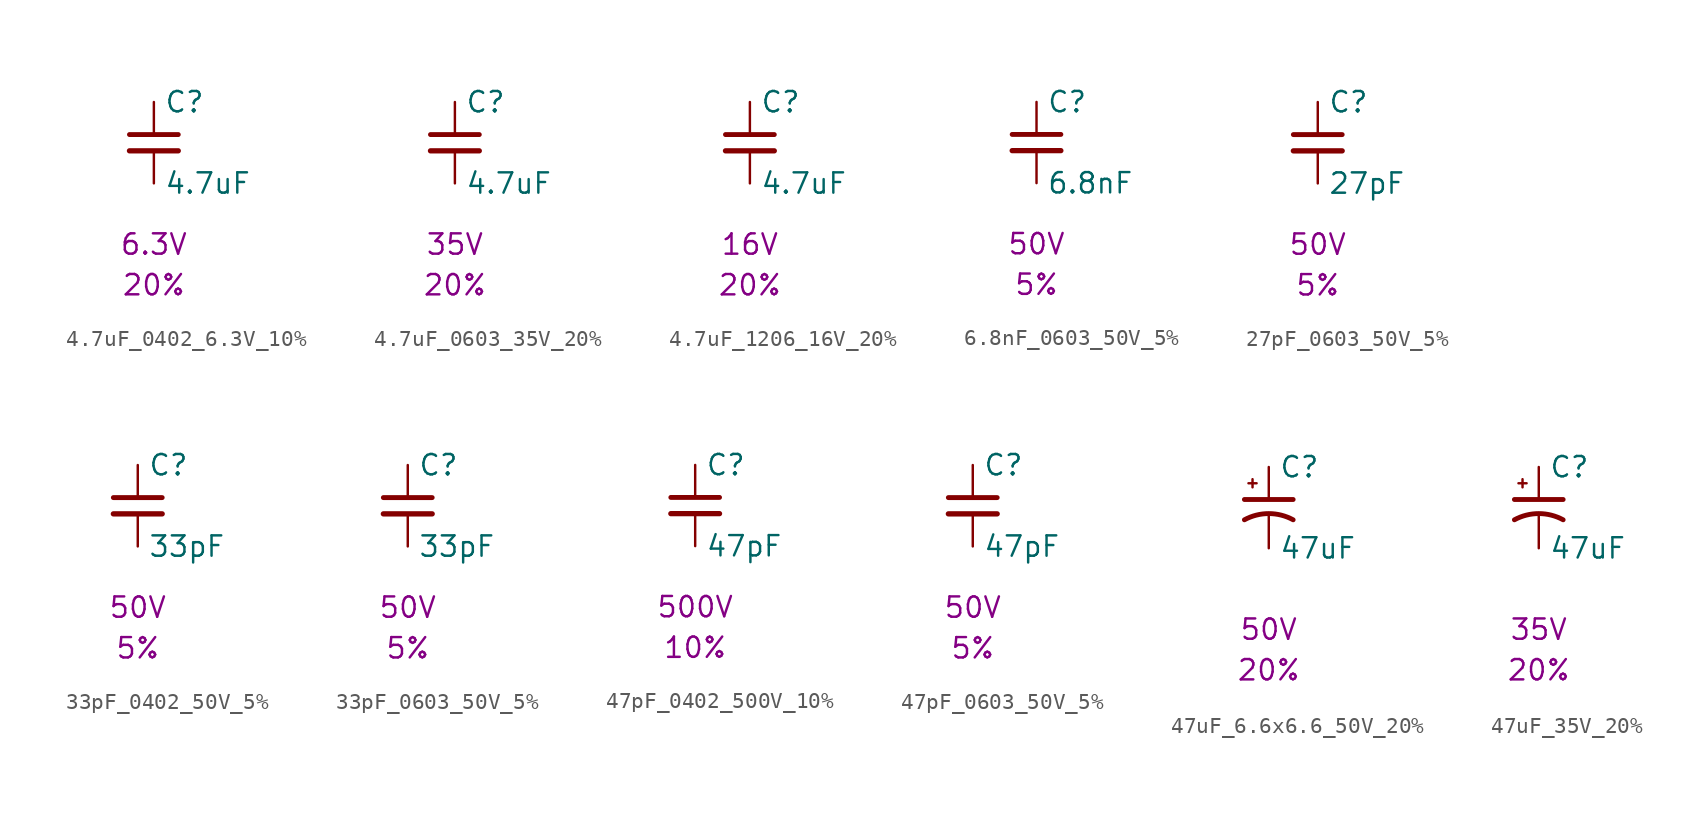
<source format=kicad_sym>
(kicad_symbol_lib
  (version 20241209)
  (generator "kicad_symbol_editor")
  (generator_version "9.0")
  (symbol "4.7uF_0402_6.3V_10%"
    (pin_numbers
      (hide yes))
    (pin_names
      (offset 0.254))
    (property "Reference" "C"
      (at 0.635 2.54 0)
      (effects (font (size 1.27 1.27)) (justify left)))
    (property "Value" "4.7uF"
      (at 0.635 -2.54 0)
      (effects (font (size 1.27 1.27)) (justify left)))
    (property "Voltage" "6.3V"
      (at 0 -6.35 0)
      (effects (font (size 1.27 1.27))))
    (property "Tolerance" "20%"
      (at 0 -8.89 0)
      (effects (font (size 1.27 1.27))))
    (symbol "4.7uF_0402_6.3V_10%_0_1"
      (polyline (pts (xy -1.524 0.508) (xy 1.524 0.508)) (stroke (width 0.305) (type default)) (fill (type none)))
      (polyline (pts (xy -1.524 -0.508) (xy 1.524 -0.508)) (stroke (width 0.33) (type default)) (fill (type none))))
    (symbol "4.7uF_0402_6.3V_10%_1_1"
      (pin passive line (at 0 2.54 270) (length 2.032) (name "~" (effects (font (size 1.27 1.27)))) (number "1" (effects (font (size 1.27 1.27)))))
      (pin passive line (at 0 -2.54 90) (length 2.032) (name "~" (effects (font (size 1.27 1.27)))) (number "2" (effects (font (size 1.27 1.27)))))))
  (symbol "4.7uF_0603_35V_20%"
    (pin_numbers
      (hide yes))
    (pin_names
      (offset 0.254))
    (property "Reference" "C"
      (at 0.635 2.54 0)
      (effects (font (size 1.27 1.27)) (justify left)))
    (property "Value" "4.7uF"
      (at 0.635 -2.54 0)
      (effects (font (size 1.27 1.27)) (justify left)))
    (property "Voltage" "35V"
      (at 0 -6.35 0)
      (effects (font (size 1.27 1.27))))
    (property "Tolerance" "20%"
      (at 0 -8.89 0)
      (effects (font (size 1.27 1.27))))
    (symbol "4.7uF_0603_35V_20%_0_1"
      (polyline (pts (xy -1.524 0.508) (xy 1.524 0.508)) (stroke (width 0.305) (type default)) (fill (type none)))
      (polyline (pts (xy -1.524 -0.508) (xy 1.524 -0.508)) (stroke (width 0.33) (type default)) (fill (type none))))
    (symbol "4.7uF_0603_35V_20%_1_1"
      (pin passive line (at 0 2.54 270) (length 2.032) (name "~" (effects (font (size 1.27 1.27)))) (number "1" (effects (font (size 1.27 1.27)))))
      (pin passive line (at 0 -2.54 90) (length 2.032) (name "~" (effects (font (size 1.27 1.27)))) (number "2" (effects (font (size 1.27 1.27)))))))
  (symbol "4.7uF_1206_16V_20%"
    (pin_numbers
      (hide yes))
    (pin_names
      (offset 0.254))
    (property "Reference" "C"
      (at 0.635 2.54 0)
      (effects (font (size 1.27 1.27)) (justify left)))
    (property "Value" "4.7uF"
      (at 0.635 -2.54 0)
      (effects (font (size 1.27 1.27)) (justify left)))
    (property "Voltage" "16V"
      (at 0 -6.35 0)
      (effects (font (size 1.27 1.27))))
    (property "Tolerance" "20%"
      (at 0 -8.89 0)
      (effects (font (size 1.27 1.27))))
    (symbol "4.7uF_1206_16V_20%_0_1"
      (polyline (pts (xy -1.524 0.508) (xy 1.524 0.508)) (stroke (width 0.305) (type default)) (fill (type none)))
      (polyline (pts (xy -1.524 -0.508) (xy 1.524 -0.508)) (stroke (width 0.33) (type default)) (fill (type none))))
    (symbol "4.7uF_1206_16V_20%_1_1"
      (pin passive line (at 0 2.54 270) (length 2.032) (name "~" (effects (font (size 1.27 1.27)))) (number "1" (effects (font (size 1.27 1.27)))))
      (pin passive line (at 0 -2.54 90) (length 2.032) (name "~" (effects (font (size 1.27 1.27)))) (number "2" (effects (font (size 1.27 1.27)))))))
  (symbol "6.8nF_0603_50V_5%"
    (pin_numbers
      (hide yes))
    (pin_names
      (offset 0.254))
    (property "Reference" "C"
      (at 0.635 2.54 0)
      (effects (font (size 1.27 1.27)) (justify left)))
    (property "Value" "6.8nF"
      (at 0.635 -2.54 0)
      (effects (font (size 1.27 1.27)) (justify left)))
    (property "Voltage" "50V"
      (at 0 -6.35 0)
      (effects (font (size 1.27 1.27))))
    (property "Tolerance" "5%"
      (at 0 -8.89 0)
      (effects (font (size 1.27 1.27))))
    (symbol "6.8nF_0603_50V_5%_0_1"
      (polyline (pts (xy -1.524 0.508) (xy 1.524 0.508)) (stroke (width 0.305) (type default)) (fill (type none)))
      (polyline (pts (xy -1.524 -0.508) (xy 1.524 -0.508)) (stroke (width 0.33) (type default)) (fill (type none))))
    (symbol "6.8nF_0603_50V_5%_1_1"
      (pin passive line (at 0 2.54 270) (length 2.032) (name "~" (effects (font (size 1.27 1.27)))) (number "1" (effects (font (size 1.27 1.27)))))
      (pin passive line (at 0 -2.54 90) (length 2.032) (name "~" (effects (font (size 1.27 1.27)))) (number "2" (effects (font (size 1.27 1.27)))))))
  (symbol "27pF_0603_50V_5%"
    (pin_numbers
      (hide yes))
    (pin_names
      (offset 0.254))
    (property "Reference" "C"
      (at 0.635 2.54 0)
      (effects (font (size 1.27 1.27)) (justify left)))
    (property "Value" "27pF"
      (at 0.635 -2.54 0)
      (effects (font (size 1.27 1.27)) (justify left)))
    (property "Voltage" "50V"
      (at 0 -6.35 0)
      (effects (font (size 1.27 1.27))))
    (property "Tolerance" "5%"
      (at 0 -8.89 0)
      (effects (font (size 1.27 1.27))))
    (symbol "27pF_0603_50V_5%_0_1"
      (polyline (pts (xy -1.524 0.508) (xy 1.524 0.508)) (stroke (width 0.305) (type default)) (fill (type none)))
      (polyline (pts (xy -1.524 -0.508) (xy 1.524 -0.508)) (stroke (width 0.33) (type default)) (fill (type none))))
    (symbol "27pF_0603_50V_5%_1_1"
      (pin passive line (at 0 2.54 270) (length 2.032) (name "~" (effects (font (size 1.27 1.27)))) (number "1" (effects (font (size 1.27 1.27)))))
      (pin passive line (at 0 -2.54 90) (length 2.032) (name "~" (effects (font (size 1.27 1.27)))) (number "2" (effects (font (size 1.27 1.27)))))))
  (symbol "33pF_0402_50V_5%"
    (pin_numbers
      (hide yes))
    (pin_names
      (offset 0.254))
    (property "Reference" "C"
      (at 0.635 2.54 0)
      (effects (font (size 1.27 1.27)) (justify left)))
    (property "Value" "33pF"
      (at 0.635 -2.54 0)
      (effects (font (size 1.27 1.27)) (justify left)))
    (property "Voltage" "50V"
      (at 0 -6.35 0)
      (effects (font (size 1.27 1.27))))
    (property "Tolerance" "5%"
      (at 0 -8.89 0)
      (effects (font (size 1.27 1.27))))
    (symbol "33pF_0402_50V_5%_0_1"
      (polyline (pts (xy -1.524 0.508) (xy 1.524 0.508)) (stroke (width 0.305) (type default)) (fill (type none)))
      (polyline (pts (xy -1.524 -0.508) (xy 1.524 -0.508)) (stroke (width 0.33) (type default)) (fill (type none))))
    (symbol "33pF_0402_50V_5%_1_1"
      (pin passive line (at 0 2.54 270) (length 2.032) (name "~" (effects (font (size 1.27 1.27)))) (number "1" (effects (font (size 1.27 1.27)))))
      (pin passive line (at 0 -2.54 90) (length 2.032) (name "~" (effects (font (size 1.27 1.27)))) (number "2" (effects (font (size 1.27 1.27)))))))
  (symbol "33pF_0603_50V_5%"
    (pin_numbers
      (hide yes))
    (pin_names
      (offset 0.254))
    (property "Reference" "C"
      (at 0.635 2.54 0)
      (effects (font (size 1.27 1.27)) (justify left)))
    (property "Value" "33pF"
      (at 0.635 -2.54 0)
      (effects (font (size 1.27 1.27)) (justify left)))
    (property "Voltage" "50V"
      (at 0 -6.35 0)
      (effects (font (size 1.27 1.27))))
    (property "Tolerance" "5%"
      (at 0 -8.89 0)
      (effects (font (size 1.27 1.27))))
    (symbol "33pF_0603_50V_5%_0_1"
      (polyline (pts (xy -1.524 0.508) (xy 1.524 0.508)) (stroke (width 0.305) (type default)) (fill (type none)))
      (polyline (pts (xy -1.524 -0.508) (xy 1.524 -0.508)) (stroke (width 0.33) (type default)) (fill (type none))))
    (symbol "33pF_0603_50V_5%_1_1"
      (pin passive line (at 0 2.54 270) (length 2.032) (name "~" (effects (font (size 1.27 1.27)))) (number "1" (effects (font (size 1.27 1.27)))))
      (pin passive line (at 0 -2.54 90) (length 2.032) (name "~" (effects (font (size 1.27 1.27)))) (number "2" (effects (font (size 1.27 1.27)))))))
  (symbol "47pF_0402_500V_10%"
    (pin_numbers
      (hide yes))
    (pin_names
      (offset 0.254))
    (property "Reference" "C"
      (at 0.635 2.54 0)
      (effects (font (size 1.27 1.27)) (justify left)))
    (property "Value" "47pF"
      (at 0.635 -2.54 0)
      (effects (font (size 1.27 1.27)) (justify left)))
    (property "Voltage" "500V"
      (at 0 -6.35 0)
      (effects (font (size 1.27 1.27))))
    (property "Tolerance" "10%"
      (at 0 -8.89 0)
      (effects (font (size 1.27 1.27))))
    (symbol "47pF_0402_500V_10%_0_1"
      (polyline (pts (xy -1.524 0.508) (xy 1.524 0.508)) (stroke (width 0.305) (type default)) (fill (type none)))
      (polyline (pts (xy -1.524 -0.508) (xy 1.524 -0.508)) (stroke (width 0.33) (type default)) (fill (type none))))
    (symbol "47pF_0402_500V_10%_1_1"
      (pin passive line (at 0 2.54 270) (length 2.032) (name "~" (effects (font (size 1.27 1.27)))) (number "1" (effects (font (size 1.27 1.27)))))
      (pin passive line (at 0 -2.54 90) (length 2.032) (name "~" (effects (font (size 1.27 1.27)))) (number "2" (effects (font (size 1.27 1.27)))))))
  (symbol "47pF_0603_50V_5%"
    (pin_numbers
      (hide yes))
    (pin_names
      (offset 0.254))
    (property "Reference" "C"
      (at 0.635 2.54 0)
      (effects (font (size 1.27 1.27)) (justify left)))
    (property "Value" "47pF"
      (at 0.635 -2.54 0)
      (effects (font (size 1.27 1.27)) (justify left)))
    (property "Voltage" "50V"
      (at 0 -6.35 0)
      (effects (font (size 1.27 1.27))))
    (property "Tolerance" "5%"
      (at 0 -8.89 0)
      (effects (font (size 1.27 1.27))))
    (symbol "47pF_0603_50V_5%_0_1"
      (polyline (pts (xy -1.524 0.508) (xy 1.524 0.508)) (stroke (width 0.305) (type default)) (fill (type none)))
      (polyline (pts (xy -1.524 -0.508) (xy 1.524 -0.508)) (stroke (width 0.33) (type default)) (fill (type none))))
    (symbol "47pF_0603_50V_5%_1_1"
      (pin passive line (at 0 2.54 270) (length 2.032) (name "~" (effects (font (size 1.27 1.27)))) (number "1" (effects (font (size 1.27 1.27)))))
      (pin passive line (at 0 -2.54 90) (length 2.032) (name "~" (effects (font (size 1.27 1.27)))) (number "2" (effects (font (size 1.27 1.27)))))))
  (symbol "47uF_6.6x6.6_50V_20%"
    (pin_numbers
      (hide yes))
    (pin_names
      (offset 0.254)
      (hide yes))
    (property "Reference" "C"
      (at 0.635 2.54 0)
      (effects (font (size 1.27 1.27)) (justify left)))
    (property "Value" "47uF"
      (at 0.635 -2.54 0)
      (effects (font (size 1.27 1.27)) (justify left)))
    (property "Voltage" "50V"
      (at 0 -7.62 0)
      (effects (font (size 1.27 1.27))))
    (property "Tolerance" "20%"
      (at 0 -10.16 0)
      (effects (font (size 1.27 1.27))))
    (symbol "47uF_6.6x6.6_50V_20%_0_1"
      (polyline (pts (xy -1.524 0.508) (xy 1.524 0.508)) (stroke (width 0.305) (type default)) (fill (type none)))
      (polyline (pts (xy -1.27 1.524) (xy -0.762 1.524)) (stroke (width 0) (type default)) (fill (type none)))
      (polyline (pts (xy -1.016 1.27) (xy -1.016 1.778)) (stroke (width 0) (type default)) (fill (type none)))
      (arc (start -1.524 -0.762) (mid 0 -0.3734) (end 1.524 -0.762) (stroke (width 0.3048) (type default)) (fill (type none))))
    (symbol "47uF_6.6x6.6_50V_20%_1_1"
      (pin passive line (at 0 2.54 270) (length 2.032) (name "~" (effects (font (size 1.27 1.27)))) (number "1" (effects (font (size 1.27 1.27)))))
      (pin passive line (at 0 -2.54 90) (length 2.032) (name "~" (effects (font (size 1.27 1.27)))) (number "2" (effects (font (size 1.27 1.27)))))))
  (symbol "47uF_35V_20%"
    (pin_numbers
      (hide yes))
    (pin_names
      (offset 0.254)
      (hide yes))
    (property "Reference" "C"
      (at 0.635 2.54 0)
      (effects (font (size 1.27 1.27)) (justify left)))
    (property "Value" "47uF"
      (at 0.635 -2.54 0)
      (effects (font (size 1.27 1.27)) (justify left)))
    (property "Voltage" "35V"
      (at 0 -7.62 0)
      (effects (font (size 1.27 1.27))))
    (property "Tolerance" "20%"
      (at 0 -10.16 0)
      (effects (font (size 1.27 1.27))))
    (symbol "47uF_35V_20%_0_1"
      (polyline (pts (xy -1.524 0.508) (xy 1.524 0.508)) (stroke (width 0.305) (type default)) (fill (type none)))
      (polyline (pts (xy -1.27 1.524) (xy -0.762 1.524)) (stroke (width 0) (type default)) (fill (type none)))
      (polyline (pts (xy -1.016 1.27) (xy -1.016 1.778)) (stroke (width 0) (type default)) (fill (type none)))
      (arc (start -1.524 -0.762) (mid 0 -0.3734) (end 1.524 -0.762) (stroke (width 0.3048) (type default)) (fill (type none))))
    (symbol "47uF_35V_20%_1_1"
      (pin passive line (at 0 2.54 270) (length 2.032) (name "~" (effects (font (size 1.27 1.27)))) (number "1" (effects (font (size 1.27 1.27)))))
      (pin passive line (at 0 -2.54 90) (length 2.032) (name "~" (effects (font (size 1.27 1.27)))) (number "2" (effects (font (size 1.27 1.27))))))))
</source>
